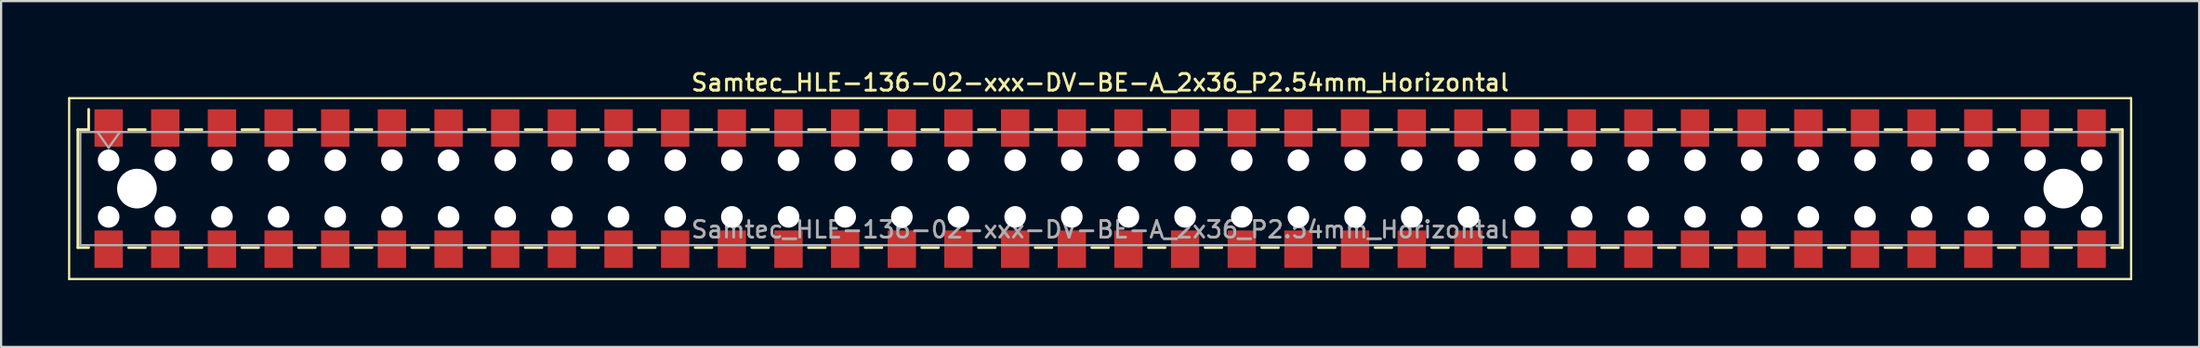
<source format=kicad_pcb>
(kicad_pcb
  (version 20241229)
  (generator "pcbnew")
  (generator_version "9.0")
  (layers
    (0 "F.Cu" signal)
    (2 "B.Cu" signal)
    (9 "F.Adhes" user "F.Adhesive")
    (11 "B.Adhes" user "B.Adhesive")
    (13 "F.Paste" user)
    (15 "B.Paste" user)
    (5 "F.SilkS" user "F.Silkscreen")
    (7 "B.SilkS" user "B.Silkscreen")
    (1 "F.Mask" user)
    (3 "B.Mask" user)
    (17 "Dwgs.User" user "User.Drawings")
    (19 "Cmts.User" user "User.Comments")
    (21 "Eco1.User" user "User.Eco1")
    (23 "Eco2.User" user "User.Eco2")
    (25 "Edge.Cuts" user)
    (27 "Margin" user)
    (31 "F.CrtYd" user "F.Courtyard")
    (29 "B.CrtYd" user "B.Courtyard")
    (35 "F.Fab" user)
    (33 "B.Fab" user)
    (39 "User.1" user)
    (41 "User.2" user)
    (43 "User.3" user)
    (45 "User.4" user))
  (footprint "Samtec_HLE-136-02-xxx-DV-BE-A_2x36_P2.54mm_Horizontal"
    (layer "F.Cu")
    (at 46.27 5.418)
    (property "Reference" "Samtec_HLE-136-02-xxx-DV-BE-A_2x36_P2.54mm_Horizontal" (at 0 -4.76 0) (layer "F.SilkS") (effects (font (size 0.75 0.75) (thickness 0.125))))
    (attr smd)
    (fp_line (start -46.22 -4.06) (end 46.22 -4.06) (stroke (width 0.1) (type solid)) (layer "F.SilkS"))
    (fp_line (start -46.22 4.06) (end -46.22 -4.06) (stroke (width 0.1) (type solid)) (layer "F.SilkS"))
    (fp_line (start -45.83 -2.65) (end -45.83 2.65) (stroke (width 0.12) (type solid)) (layer "F.SilkS"))
    (fp_line (start -45.83 2.65) (end -45.345 2.65) (stroke (width 0.12) (type solid)) (layer "F.SilkS"))
    (fp_line (start -45.345 -3.56) (end -45.345 -2.65) (stroke (width 0.12) (type solid)) (layer "F.SilkS"))
    (fp_line (start -45.345 -2.65) (end -45.83 -2.65) (stroke (width 0.12) (type solid)) (layer "F.SilkS"))
    (fp_line (start -43.555 -2.65) (end -42.805 -2.65) (stroke (width 0.12) (type solid)) (layer "F.SilkS"))
    (fp_line (start -43.555 2.65) (end -42.805 2.65) (stroke (width 0.12) (type solid)) (layer "F.SilkS"))
    (fp_line (start -41.015 -2.65) (end -40.265 -2.65) (stroke (width 0.12) (type solid)) (layer "F.SilkS"))
    (fp_line (start -41.015 2.65) (end -40.265 2.65) (stroke (width 0.12) (type solid)) (layer "F.SilkS"))
    (fp_line (start -38.475 -2.65) (end -37.725 -2.65) (stroke (width 0.12) (type solid)) (layer "F.SilkS"))
    (fp_line (start -38.475 2.65) (end -37.725 2.65) (stroke (width 0.12) (type solid)) (layer "F.SilkS"))
    (fp_line (start -35.935 -2.65) (end -35.185 -2.65) (stroke (width 0.12) (type solid)) (layer "F.SilkS"))
    (fp_line (start -35.935 2.65) (end -35.185 2.65) (stroke (width 0.12) (type solid)) (layer "F.SilkS"))
    (fp_line (start -33.395 -2.65) (end -32.645 -2.65) (stroke (width 0.12) (type solid)) (layer "F.SilkS"))
    (fp_line (start -33.395 2.65) (end -32.645 2.65) (stroke (width 0.12) (type solid)) (layer "F.SilkS"))
    (fp_line (start -30.855 -2.65) (end -30.105 -2.65) (stroke (width 0.12) (type solid)) (layer "F.SilkS"))
    (fp_line (start -30.855 2.65) (end -30.105 2.65) (stroke (width 0.12) (type solid)) (layer "F.SilkS"))
    (fp_line (start -28.315 -2.65) (end -27.565 -2.65) (stroke (width 0.12) (type solid)) (layer "F.SilkS"))
    (fp_line (start -28.315 2.65) (end -27.565 2.65) (stroke (width 0.12) (type solid)) (layer "F.SilkS"))
    (fp_line (start -25.775 -2.65) (end -25.025 -2.65) (stroke (width 0.12) (type solid)) (layer "F.SilkS"))
    (fp_line (start -25.775 2.65) (end -25.025 2.65) (stroke (width 0.12) (type solid)) (layer "F.SilkS"))
    (fp_line (start -23.235 -2.65) (end -22.485 -2.65) (stroke (width 0.12) (type solid)) (layer "F.SilkS"))
    (fp_line (start -23.235 2.65) (end -22.485 2.65) (stroke (width 0.12) (type solid)) (layer "F.SilkS"))
    (fp_line (start -20.695 -2.65) (end -19.945 -2.65) (stroke (width 0.12) (type solid)) (layer "F.SilkS"))
    (fp_line (start -20.695 2.65) (end -19.945 2.65) (stroke (width 0.12) (type solid)) (layer "F.SilkS"))
    (fp_line (start -18.155 -2.65) (end -17.405 -2.65) (stroke (width 0.12) (type solid)) (layer "F.SilkS"))
    (fp_line (start -18.155 2.65) (end -17.405 2.65) (stroke (width 0.12) (type solid)) (layer "F.SilkS"))
    (fp_line (start -15.615 -2.65) (end -14.865 -2.65) (stroke (width 0.12) (type solid)) (layer "F.SilkS"))
    (fp_line (start -15.615 2.65) (end -14.865 2.65) (stroke (width 0.12) (type solid)) (layer "F.SilkS"))
    (fp_line (start -13.075 -2.65) (end -12.325 -2.65) (stroke (width 0.12) (type solid)) (layer "F.SilkS"))
    (fp_line (start -13.075 2.65) (end -12.325 2.65) (stroke (width 0.12) (type solid)) (layer "F.SilkS"))
    (fp_line (start -10.535 -2.65) (end -9.785 -2.65) (stroke (width 0.12) (type solid)) (layer "F.SilkS"))
    (fp_line (start -10.535 2.65) (end -9.785 2.65) (stroke (width 0.12) (type solid)) (layer "F.SilkS"))
    (fp_line (start -7.995 -2.65) (end -7.245 -2.65) (stroke (width 0.12) (type solid)) (layer "F.SilkS"))
    (fp_line (start -7.995 2.65) (end -7.245 2.65) (stroke (width 0.12) (type solid)) (layer "F.SilkS"))
    (fp_line (start -5.455 -2.65) (end -4.705 -2.65) (stroke (width 0.12) (type solid)) (layer "F.SilkS"))
    (fp_line (start -5.455 2.65) (end -4.705 2.65) (stroke (width 0.12) (type solid)) (layer "F.SilkS"))
    (fp_line (start -2.915 -2.65) (end -2.165 -2.65) (stroke (width 0.12) (type solid)) (layer "F.SilkS"))
    (fp_line (start -2.915 2.65) (end -2.165 2.65) (stroke (width 0.12) (type solid)) (layer "F.SilkS"))
    (fp_line (start -0.375 -2.65) (end 0.375 -2.65) (stroke (width 0.12) (type solid)) (layer "F.SilkS"))
    (fp_line (start -0.375 2.65) (end 0.375 2.65) (stroke (width 0.12) (type solid)) (layer "F.SilkS"))
    (fp_line (start 2.165 -2.65) (end 2.915 -2.65) (stroke (width 0.12) (type solid)) (layer "F.SilkS"))
    (fp_line (start 2.165 2.65) (end 2.915 2.65) (stroke (width 0.12) (type solid)) (layer "F.SilkS"))
    (fp_line (start 4.705 -2.65) (end 5.455 -2.65) (stroke (width 0.12) (type solid)) (layer "F.SilkS"))
    (fp_line (start 4.705 2.65) (end 5.455 2.65) (stroke (width 0.12) (type solid)) (layer "F.SilkS"))
    (fp_line (start 7.245 -2.65) (end 7.995 -2.65) (stroke (width 0.12) (type solid)) (layer "F.SilkS"))
    (fp_line (start 7.245 2.65) (end 7.995 2.65) (stroke (width 0.12) (type solid)) (layer "F.SilkS"))
    (fp_line (start 9.785 -2.65) (end 10.535 -2.65) (stroke (width 0.12) (type solid)) (layer "F.SilkS"))
    (fp_line (start 9.785 2.65) (end 10.535 2.65) (stroke (width 0.12) (type solid)) (layer "F.SilkS"))
    (fp_line (start 12.325 -2.65) (end 13.075 -2.65) (stroke (width 0.12) (type solid)) (layer "F.SilkS"))
    (fp_line (start 12.325 2.65) (end 13.075 2.65) (stroke (width 0.12) (type solid)) (layer "F.SilkS"))
    (fp_line (start 14.865 -2.65) (end 15.615 -2.65) (stroke (width 0.12) (type solid)) (layer "F.SilkS"))
    (fp_line (start 14.865 2.65) (end 15.615 2.65) (stroke (width 0.12) (type solid)) (layer "F.SilkS"))
    (fp_line (start 17.405 -2.65) (end 18.155 -2.65) (stroke (width 0.12) (type solid)) (layer "F.SilkS"))
    (fp_line (start 17.405 2.65) (end 18.155 2.65) (stroke (width 0.12) (type solid)) (layer "F.SilkS"))
    (fp_line (start 19.945 -2.65) (end 20.695 -2.65) (stroke (width 0.12) (type solid)) (layer "F.SilkS"))
    (fp_line (start 19.945 2.65) (end 20.695 2.65) (stroke (width 0.12) (type solid)) (layer "F.SilkS"))
    (fp_line (start 22.485 -2.65) (end 23.235 -2.65) (stroke (width 0.12) (type solid)) (layer "F.SilkS"))
    (fp_line (start 22.485 2.65) (end 23.235 2.65) (stroke (width 0.12) (type solid)) (layer "F.SilkS"))
    (fp_line (start 25.025 -2.65) (end 25.775 -2.65) (stroke (width 0.12) (type solid)) (layer "F.SilkS"))
    (fp_line (start 25.025 2.65) (end 25.775 2.65) (stroke (width 0.12) (type solid)) (layer "F.SilkS"))
    (fp_line (start 27.565 -2.65) (end 28.315 -2.65) (stroke (width 0.12) (type solid)) (layer "F.SilkS"))
    (fp_line (start 27.565 2.65) (end 28.315 2.65) (stroke (width 0.12) (type solid)) (layer "F.SilkS"))
    (fp_line (start 30.105 -2.65) (end 30.855 -2.65) (stroke (width 0.12) (type solid)) (layer "F.SilkS"))
    (fp_line (start 30.105 2.65) (end 30.855 2.65) (stroke (width 0.12) (type solid)) (layer "F.SilkS"))
    (fp_line (start 32.645 -2.65) (end 33.395 -2.65) (stroke (width 0.12) (type solid)) (layer "F.SilkS"))
    (fp_line (start 32.645 2.65) (end 33.395 2.65) (stroke (width 0.12) (type solid)) (layer "F.SilkS"))
    (fp_line (start 35.185 -2.65) (end 35.935 -2.65) (stroke (width 0.12) (type solid)) (layer "F.SilkS"))
    (fp_line (start 35.185 2.65) (end 35.935 2.65) (stroke (width 0.12) (type solid)) (layer "F.SilkS"))
    (fp_line (start 37.725 -2.65) (end 38.475 -2.65) (stroke (width 0.12) (type solid)) (layer "F.SilkS"))
    (fp_line (start 37.725 2.65) (end 38.475 2.65) (stroke (width 0.12) (type solid)) (layer "F.SilkS"))
    (fp_line (start 40.265 -2.65) (end 41.015 -2.65) (stroke (width 0.12) (type solid)) (layer "F.SilkS"))
    (fp_line (start 40.265 2.65) (end 41.015 2.65) (stroke (width 0.12) (type solid)) (layer "F.SilkS"))
    (fp_line (start 42.805 -2.65) (end 43.555 -2.65) (stroke (width 0.12) (type solid)) (layer "F.SilkS"))
    (fp_line (start 42.805 2.65) (end 43.555 2.65) (stroke (width 0.12) (type solid)) (layer "F.SilkS"))
    (fp_line (start 45.345 -2.65) (end 45.83 -2.65) (stroke (width 0.12) (type solid)) (layer "F.SilkS"))
    (fp_line (start 45.83 -2.65) (end 45.83 2.65) (stroke (width 0.12) (type solid)) (layer "F.SilkS"))
    (fp_line (start 45.83 2.65) (end 45.345 2.65) (stroke (width 0.12) (type solid)) (layer "F.SilkS"))
    (fp_line (start 46.22 -4.06) (end 46.22 4.06) (stroke (width 0.1) (type solid)) (layer "F.SilkS"))
    (fp_line (start 46.22 4.06) (end -46.22 4.06) (stroke (width 0.1) (type solid)) (layer "F.SilkS"))
    (fp_line (start -45.72 -2.54) (end 45.72 -2.54) (stroke (width 0.1) (type solid)) (layer "F.Fab"))
    (fp_line (start -45.72 2.54) (end -45.72 -2.54) (stroke (width 0.1) (type solid)) (layer "F.Fab"))
    (fp_line (start -44.95 -2.54) (end -44.45 -1.833) (stroke (width 0.1) (type solid)) (layer "F.Fab"))
    (fp_line (start -44.45 -1.833) (end -43.95 -2.54) (stroke (width 0.1) (type solid)) (layer "F.Fab"))
    (fp_line (start 45.72 -2.54) (end 45.72 2.54) (stroke (width 0.1) (type solid)) (layer "F.Fab"))
    (fp_line (start 45.72 2.54) (end -45.72 2.54) (stroke (width 0.1) (type solid)) (layer "F.Fab"))
    (fp_text user "${REFERENCE}" (at 0 1.84 0) (layer "F.Fab") (effects (font (size 0.75 0.75) (thickness 0.125))))
    (pad "" np_thru_hole circle (at -44.45 -1.27) (size 0.97 0.97) (drill 0.97) (layers "*.Cu" "*.Mask"))
    (pad "" np_thru_hole circle (at -44.45 1.27) (size 0.97 0.97) (drill 0.97) (layers "*.Cu" "*.Mask"))
    (pad "" np_thru_hole circle (at -43.18 0) (size 1.78 1.78) (drill 1.78) (layers "*.Cu" "*.Mask"))
    (pad "" np_thru_hole circle (at -41.91 -1.27) (size 0.97 0.97) (drill 0.97) (layers "*.Cu" "*.Mask"))
    (pad "" np_thru_hole circle (at -41.91 1.27) (size 0.97 0.97) (drill 0.97) (layers "*.Cu" "*.Mask"))
    (pad "" np_thru_hole circle (at -39.37 -1.27) (size 0.97 0.97) (drill 0.97) (layers "*.Cu" "*.Mask"))
    (pad "" np_thru_hole circle (at -39.37 1.27) (size 0.97 0.97) (drill 0.97) (layers "*.Cu" "*.Mask"))
    (pad "" np_thru_hole circle (at -36.83 -1.27) (size 0.97 0.97) (drill 0.97) (layers "*.Cu" "*.Mask"))
    (pad "" np_thru_hole circle (at -36.83 1.27) (size 0.97 0.97) (drill 0.97) (layers "*.Cu" "*.Mask"))
    (pad "" np_thru_hole circle (at -34.29 -1.27) (size 0.97 0.97) (drill 0.97) (layers "*.Cu" "*.Mask"))
    (pad "" np_thru_hole circle (at -34.29 1.27) (size 0.97 0.97) (drill 0.97) (layers "*.Cu" "*.Mask"))
    (pad "" np_thru_hole circle (at -31.75 -1.27) (size 0.97 0.97) (drill 0.97) (layers "*.Cu" "*.Mask"))
    (pad "" np_thru_hole circle (at -31.75 1.27) (size 0.97 0.97) (drill 0.97) (layers "*.Cu" "*.Mask"))
    (pad "" np_thru_hole circle (at -29.21 -1.27) (size 0.97 0.97) (drill 0.97) (layers "*.Cu" "*.Mask"))
    (pad "" np_thru_hole circle (at -29.21 1.27) (size 0.97 0.97) (drill 0.97) (layers "*.Cu" "*.Mask"))
    (pad "" np_thru_hole circle (at -26.67 -1.27) (size 0.97 0.97) (drill 0.97) (layers "*.Cu" "*.Mask"))
    (pad "" np_thru_hole circle (at -26.67 1.27) (size 0.97 0.97) (drill 0.97) (layers "*.Cu" "*.Mask"))
    (pad "" np_thru_hole circle (at -24.13 -1.27) (size 0.97 0.97) (drill 0.97) (layers "*.Cu" "*.Mask"))
    (pad "" np_thru_hole circle (at -24.13 1.27) (size 0.97 0.97) (drill 0.97) (layers "*.Cu" "*.Mask"))
    (pad "" np_thru_hole circle (at -21.59 -1.27) (size 0.97 0.97) (drill 0.97) (layers "*.Cu" "*.Mask"))
    (pad "" np_thru_hole circle (at -21.59 1.27) (size 0.97 0.97) (drill 0.97) (layers "*.Cu" "*.Mask"))
    (pad "" np_thru_hole circle (at -19.05 -1.27) (size 0.97 0.97) (drill 0.97) (layers "*.Cu" "*.Mask"))
    (pad "" np_thru_hole circle (at -19.05 1.27) (size 0.97 0.97) (drill 0.97) (layers "*.Cu" "*.Mask"))
    (pad "" np_thru_hole circle (at -16.51 -1.27) (size 0.97 0.97) (drill 0.97) (layers "*.Cu" "*.Mask"))
    (pad "" np_thru_hole circle (at -16.51 1.27) (size 0.97 0.97) (drill 0.97) (layers "*.Cu" "*.Mask"))
    (pad "" np_thru_hole circle (at -13.97 -1.27) (size 0.97 0.97) (drill 0.97) (layers "*.Cu" "*.Mask"))
    (pad "" np_thru_hole circle (at -13.97 1.27) (size 0.97 0.97) (drill 0.97) (layers "*.Cu" "*.Mask"))
    (pad "" np_thru_hole circle (at -11.43 -1.27) (size 0.97 0.97) (drill 0.97) (layers "*.Cu" "*.Mask"))
    (pad "" np_thru_hole circle (at -11.43 1.27) (size 0.97 0.97) (drill 0.97) (layers "*.Cu" "*.Mask"))
    (pad "" np_thru_hole circle (at -8.89 -1.27) (size 0.97 0.97) (drill 0.97) (layers "*.Cu" "*.Mask"))
    (pad "" np_thru_hole circle (at -8.89 1.27) (size 0.97 0.97) (drill 0.97) (layers "*.Cu" "*.Mask"))
    (pad "" np_thru_hole circle (at -6.35 -1.27) (size 0.97 0.97) (drill 0.97) (layers "*.Cu" "*.Mask"))
    (pad "" np_thru_hole circle (at -6.35 1.27) (size 0.97 0.97) (drill 0.97) (layers "*.Cu" "*.Mask"))
    (pad "" np_thru_hole circle (at -3.81 -1.27) (size 0.97 0.97) (drill 0.97) (layers "*.Cu" "*.Mask"))
    (pad "" np_thru_hole circle (at -3.81 1.27) (size 0.97 0.97) (drill 0.97) (layers "*.Cu" "*.Mask"))
    (pad "" np_thru_hole circle (at -1.27 -1.27) (size 0.97 0.97) (drill 0.97) (layers "*.Cu" "*.Mask"))
    (pad "" np_thru_hole circle (at -1.27 1.27) (size 0.97 0.97) (drill 0.97) (layers "*.Cu" "*.Mask"))
    (pad "" np_thru_hole circle (at 1.27 -1.27) (size 0.97 0.97) (drill 0.97) (layers "*.Cu" "*.Mask"))
    (pad "" np_thru_hole circle (at 1.27 1.27) (size 0.97 0.97) (drill 0.97) (layers "*.Cu" "*.Mask"))
    (pad "" np_thru_hole circle (at 3.81 -1.27) (size 0.97 0.97) (drill 0.97) (layers "*.Cu" "*.Mask"))
    (pad "" np_thru_hole circle (at 3.81 1.27) (size 0.97 0.97) (drill 0.97) (layers "*.Cu" "*.Mask"))
    (pad "" np_thru_hole circle (at 6.35 -1.27) (size 0.97 0.97) (drill 0.97) (layers "*.Cu" "*.Mask"))
    (pad "" np_thru_hole circle (at 6.35 1.27) (size 0.97 0.97) (drill 0.97) (layers "*.Cu" "*.Mask"))
    (pad "" np_thru_hole circle (at 8.89 -1.27) (size 0.97 0.97) (drill 0.97) (layers "*.Cu" "*.Mask"))
    (pad "" np_thru_hole circle (at 8.89 1.27) (size 0.97 0.97) (drill 0.97) (layers "*.Cu" "*.Mask"))
    (pad "" np_thru_hole circle (at 11.43 -1.27) (size 0.97 0.97) (drill 0.97) (layers "*.Cu" "*.Mask"))
    (pad "" np_thru_hole circle (at 11.43 1.27) (size 0.97 0.97) (drill 0.97) (layers "*.Cu" "*.Mask"))
    (pad "" np_thru_hole circle (at 13.97 -1.27) (size 0.97 0.97) (drill 0.97) (layers "*.Cu" "*.Mask"))
    (pad "" np_thru_hole circle (at 13.97 1.27) (size 0.97 0.97) (drill 0.97) (layers "*.Cu" "*.Mask"))
    (pad "" np_thru_hole circle (at 16.51 -1.27) (size 0.97 0.97) (drill 0.97) (layers "*.Cu" "*.Mask"))
    (pad "" np_thru_hole circle (at 16.51 1.27) (size 0.97 0.97) (drill 0.97) (layers "*.Cu" "*.Mask"))
    (pad "" np_thru_hole circle (at 19.05 -1.27) (size 0.97 0.97) (drill 0.97) (layers "*.Cu" "*.Mask"))
    (pad "" np_thru_hole circle (at 19.05 1.27) (size 0.97 0.97) (drill 0.97) (layers "*.Cu" "*.Mask"))
    (pad "" np_thru_hole circle (at 21.59 -1.27) (size 0.97 0.97) (drill 0.97) (layers "*.Cu" "*.Mask"))
    (pad "" np_thru_hole circle (at 21.59 1.27) (size 0.97 0.97) (drill 0.97) (layers "*.Cu" "*.Mask"))
    (pad "" np_thru_hole circle (at 24.13 -1.27) (size 0.97 0.97) (drill 0.97) (layers "*.Cu" "*.Mask"))
    (pad "" np_thru_hole circle (at 24.13 1.27) (size 0.97 0.97) (drill 0.97) (layers "*.Cu" "*.Mask"))
    (pad "" np_thru_hole circle (at 26.67 -1.27) (size 0.97 0.97) (drill 0.97) (layers "*.Cu" "*.Mask"))
    (pad "" np_thru_hole circle (at 26.67 1.27) (size 0.97 0.97) (drill 0.97) (layers "*.Cu" "*.Mask"))
    (pad "" np_thru_hole circle (at 29.21 -1.27) (size 0.97 0.97) (drill 0.97) (layers "*.Cu" "*.Mask"))
    (pad "" np_thru_hole circle (at 29.21 1.27) (size 0.97 0.97) (drill 0.97) (layers "*.Cu" "*.Mask"))
    (pad "" np_thru_hole circle (at 31.75 -1.27) (size 0.97 0.97) (drill 0.97) (layers "*.Cu" "*.Mask"))
    (pad "" np_thru_hole circle (at 31.75 1.27) (size 0.97 0.97) (drill 0.97) (layers "*.Cu" "*.Mask"))
    (pad "" np_thru_hole circle (at 34.29 -1.27) (size 0.97 0.97) (drill 0.97) (layers "*.Cu" "*.Mask"))
    (pad "" np_thru_hole circle (at 34.29 1.27) (size 0.97 0.97) (drill 0.97) (layers "*.Cu" "*.Mask"))
    (pad "" np_thru_hole circle (at 36.83 -1.27) (size 0.97 0.97) (drill 0.97) (layers "*.Cu" "*.Mask"))
    (pad "" np_thru_hole circle (at 36.83 1.27) (size 0.97 0.97) (drill 0.97) (layers "*.Cu" "*.Mask"))
    (pad "" np_thru_hole circle (at 39.37 -1.27) (size 0.97 0.97) (drill 0.97) (layers "*.Cu" "*.Mask"))
    (pad "" np_thru_hole circle (at 39.37 1.27) (size 0.97 0.97) (drill 0.97) (layers "*.Cu" "*.Mask"))
    (pad "" np_thru_hole circle (at 41.91 -1.27) (size 0.97 0.97) (drill 0.97) (layers "*.Cu" "*.Mask"))
    (pad "" np_thru_hole circle (at 41.91 1.27) (size 0.97 0.97) (drill 0.97) (layers "*.Cu" "*.Mask"))
    (pad "" np_thru_hole circle (at 43.18 0) (size 1.78 1.78) (drill 1.78) (layers "*.Cu" "*.Mask"))
    (pad "" np_thru_hole circle (at 44.45 -1.27) (size 0.97 0.97) (drill 0.97) (layers "*.Cu" "*.Mask"))
    (pad "" np_thru_hole circle (at 44.45 1.27) (size 0.97 0.97) (drill 0.97) (layers "*.Cu" "*.Mask"))
    (pad "1" smd rect (at -44.45 -2.72) (size 1.27 1.68) (layers "F.Cu" "F.Mask" "F.Paste"))
    (pad "2" smd rect (at -44.45 2.72) (size 1.27 1.68) (layers "F.Cu" "F.Mask" "F.Paste"))
    (pad "3" smd rect (at -41.91 -2.72) (size 1.27 1.68) (layers "F.Cu" "F.Mask" "F.Paste"))
    (pad "4" smd rect (at -41.91 2.72) (size 1.27 1.68) (layers "F.Cu" "F.Mask" "F.Paste"))
    (pad "5" smd rect (at -39.37 -2.72) (size 1.27 1.68) (layers "F.Cu" "F.Mask" "F.Paste"))
    (pad "6" smd rect (at -39.37 2.72) (size 1.27 1.68) (layers "F.Cu" "F.Mask" "F.Paste"))
    (pad "7" smd rect (at -36.83 -2.72) (size 1.27 1.68) (layers "F.Cu" "F.Mask" "F.Paste"))
    (pad "8" smd rect (at -36.83 2.72) (size 1.27 1.68) (layers "F.Cu" "F.Mask" "F.Paste"))
    (pad "9" smd rect (at -34.29 -2.72) (size 1.27 1.68) (layers "F.Cu" "F.Mask" "F.Paste"))
    (pad "10" smd rect (at -34.29 2.72) (size 1.27 1.68) (layers "F.Cu" "F.Mask" "F.Paste"))
    (pad "11" smd rect (at -31.75 -2.72) (size 1.27 1.68) (layers "F.Cu" "F.Mask" "F.Paste"))
    (pad "12" smd rect (at -31.75 2.72) (size 1.27 1.68) (layers "F.Cu" "F.Mask" "F.Paste"))
    (pad "13" smd rect (at -29.21 -2.72) (size 1.27 1.68) (layers "F.Cu" "F.Mask" "F.Paste"))
    (pad "14" smd rect (at -29.21 2.72) (size 1.27 1.68) (layers "F.Cu" "F.Mask" "F.Paste"))
    (pad "15" smd rect (at -26.67 -2.72) (size 1.27 1.68) (layers "F.Cu" "F.Mask" "F.Paste"))
    (pad "16" smd rect (at -26.67 2.72) (size 1.27 1.68) (layers "F.Cu" "F.Mask" "F.Paste"))
    (pad "17" smd rect (at -24.13 -2.72) (size 1.27 1.68) (layers "F.Cu" "F.Mask" "F.Paste"))
    (pad "18" smd rect (at -24.13 2.72) (size 1.27 1.68) (layers "F.Cu" "F.Mask" "F.Paste"))
    (pad "19" smd rect (at -21.59 -2.72) (size 1.27 1.68) (layers "F.Cu" "F.Mask" "F.Paste"))
    (pad "20" smd rect (at -21.59 2.72) (size 1.27 1.68) (layers "F.Cu" "F.Mask" "F.Paste"))
    (pad "21" smd rect (at -19.05 -2.72) (size 1.27 1.68) (layers "F.Cu" "F.Mask" "F.Paste"))
    (pad "22" smd rect (at -19.05 2.72) (size 1.27 1.68) (layers "F.Cu" "F.Mask" "F.Paste"))
    (pad "23" smd rect (at -16.51 -2.72) (size 1.27 1.68) (layers "F.Cu" "F.Mask" "F.Paste"))
    (pad "24" smd rect (at -16.51 2.72) (size 1.27 1.68) (layers "F.Cu" "F.Mask" "F.Paste"))
    (pad "25" smd rect (at -13.97 -2.72) (size 1.27 1.68) (layers "F.Cu" "F.Mask" "F.Paste"))
    (pad "26" smd rect (at -13.97 2.72) (size 1.27 1.68) (layers "F.Cu" "F.Mask" "F.Paste"))
    (pad "27" smd rect (at -11.43 -2.72) (size 1.27 1.68) (layers "F.Cu" "F.Mask" "F.Paste"))
    (pad "28" smd rect (at -11.43 2.72) (size 1.27 1.68) (layers "F.Cu" "F.Mask" "F.Paste"))
    (pad "29" smd rect (at -8.89 -2.72) (size 1.27 1.68) (layers "F.Cu" "F.Mask" "F.Paste"))
    (pad "30" smd rect (at -8.89 2.72) (size 1.27 1.68) (layers "F.Cu" "F.Mask" "F.Paste"))
    (pad "31" smd rect (at -6.35 -2.72) (size 1.27 1.68) (layers "F.Cu" "F.Mask" "F.Paste"))
    (pad "32" smd rect (at -6.35 2.72) (size 1.27 1.68) (layers "F.Cu" "F.Mask" "F.Paste"))
    (pad "33" smd rect (at -3.81 -2.72) (size 1.27 1.68) (layers "F.Cu" "F.Mask" "F.Paste"))
    (pad "34" smd rect (at -3.81 2.72) (size 1.27 1.68) (layers "F.Cu" "F.Mask" "F.Paste"))
    (pad "35" smd rect (at -1.27 -2.72) (size 1.27 1.68) (layers "F.Cu" "F.Mask" "F.Paste"))
    (pad "36" smd rect (at -1.27 2.72) (size 1.27 1.68) (layers "F.Cu" "F.Mask" "F.Paste"))
    (pad "37" smd rect (at 1.27 -2.72) (size 1.27 1.68) (layers "F.Cu" "F.Mask" "F.Paste"))
    (pad "38" smd rect (at 1.27 2.72) (size 1.27 1.68) (layers "F.Cu" "F.Mask" "F.Paste"))
    (pad "39" smd rect (at 3.81 -2.72) (size 1.27 1.68) (layers "F.Cu" "F.Mask" "F.Paste"))
    (pad "40" smd rect (at 3.81 2.72) (size 1.27 1.68) (layers "F.Cu" "F.Mask" "F.Paste"))
    (pad "41" smd rect (at 6.35 -2.72) (size 1.27 1.68) (layers "F.Cu" "F.Mask" "F.Paste"))
    (pad "42" smd rect (at 6.35 2.72) (size 1.27 1.68) (layers "F.Cu" "F.Mask" "F.Paste"))
    (pad "43" smd rect (at 8.89 -2.72) (size 1.27 1.68) (layers "F.Cu" "F.Mask" "F.Paste"))
    (pad "44" smd rect (at 8.89 2.72) (size 1.27 1.68) (layers "F.Cu" "F.Mask" "F.Paste"))
    (pad "45" smd rect (at 11.43 -2.72) (size 1.27 1.68) (layers "F.Cu" "F.Mask" "F.Paste"))
    (pad "46" smd rect (at 11.43 2.72) (size 1.27 1.68) (layers "F.Cu" "F.Mask" "F.Paste"))
    (pad "47" smd rect (at 13.97 -2.72) (size 1.27 1.68) (layers "F.Cu" "F.Mask" "F.Paste"))
    (pad "48" smd rect (at 13.97 2.72) (size 1.27 1.68) (layers "F.Cu" "F.Mask" "F.Paste"))
    (pad "49" smd rect (at 16.51 -2.72) (size 1.27 1.68) (layers "F.Cu" "F.Mask" "F.Paste"))
    (pad "50" smd rect (at 16.51 2.72) (size 1.27 1.68) (layers "F.Cu" "F.Mask" "F.Paste"))
    (pad "51" smd rect (at 19.05 -2.72) (size 1.27 1.68) (layers "F.Cu" "F.Mask" "F.Paste"))
    (pad "52" smd rect (at 19.05 2.72) (size 1.27 1.68) (layers "F.Cu" "F.Mask" "F.Paste"))
    (pad "53" smd rect (at 21.59 -2.72) (size 1.27 1.68) (layers "F.Cu" "F.Mask" "F.Paste"))
    (pad "54" smd rect (at 21.59 2.72) (size 1.27 1.68) (layers "F.Cu" "F.Mask" "F.Paste"))
    (pad "55" smd rect (at 24.13 -2.72) (size 1.27 1.68) (layers "F.Cu" "F.Mask" "F.Paste"))
    (pad "56" smd rect (at 24.13 2.72) (size 1.27 1.68) (layers "F.Cu" "F.Mask" "F.Paste"))
    (pad "57" smd rect (at 26.67 -2.72) (size 1.27 1.68) (layers "F.Cu" "F.Mask" "F.Paste"))
    (pad "58" smd rect (at 26.67 2.72) (size 1.27 1.68) (layers "F.Cu" "F.Mask" "F.Paste"))
    (pad "59" smd rect (at 29.21 -2.72) (size 1.27 1.68) (layers "F.Cu" "F.Mask" "F.Paste"))
    (pad "60" smd rect (at 29.21 2.72) (size 1.27 1.68) (layers "F.Cu" "F.Mask" "F.Paste"))
    (pad "61" smd rect (at 31.75 -2.72) (size 1.27 1.68) (layers "F.Cu" "F.Mask" "F.Paste"))
    (pad "62" smd rect (at 31.75 2.72) (size 1.27 1.68) (layers "F.Cu" "F.Mask" "F.Paste"))
    (pad "63" smd rect (at 34.29 -2.72) (size 1.27 1.68) (layers "F.Cu" "F.Mask" "F.Paste"))
    (pad "64" smd rect (at 34.29 2.72) (size 1.27 1.68) (layers "F.Cu" "F.Mask" "F.Paste"))
    (pad "65" smd rect (at 36.83 -2.72) (size 1.27 1.68) (layers "F.Cu" "F.Mask" "F.Paste"))
    (pad "66" smd rect (at 36.83 2.72) (size 1.27 1.68) (layers "F.Cu" "F.Mask" "F.Paste"))
    (pad "67" smd rect (at 39.37 -2.72) (size 1.27 1.68) (layers "F.Cu" "F.Mask" "F.Paste"))
    (pad "68" smd rect (at 39.37 2.72) (size 1.27 1.68) (layers "F.Cu" "F.Mask" "F.Paste"))
    (pad "69" smd rect (at 41.91 -2.72) (size 1.27 1.68) (layers "F.Cu" "F.Mask" "F.Paste"))
    (pad "70" smd rect (at 41.91 2.72) (size 1.27 1.68) (layers "F.Cu" "F.Mask" "F.Paste"))
    (pad "71" smd rect (at 44.45 -2.72) (size 1.27 1.68) (layers "F.Cu" "F.Mask" "F.Paste"))
    (pad "72" smd rect (at 44.45 2.72) (size 1.27 1.68) (layers "F.Cu" "F.Mask" "F.Paste")))
  (gr_rect
    (start -3 -3)
    (end 95.54 12.528)
    (stroke (width 0.1) (type default))
    (fill no)
    (layer "Edge.Cuts")))
</source>
